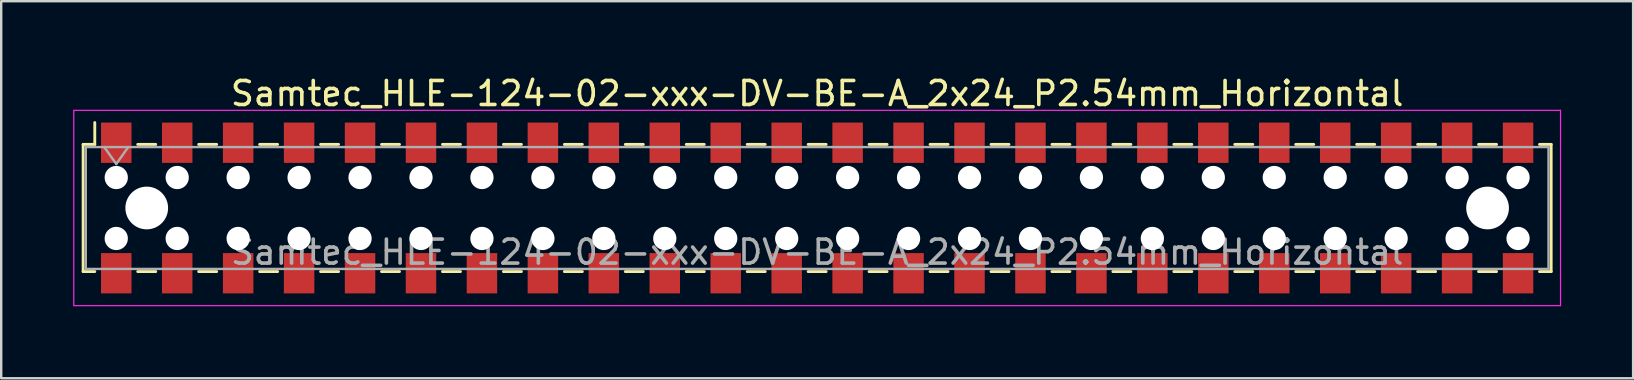
<source format=kicad_pcb>
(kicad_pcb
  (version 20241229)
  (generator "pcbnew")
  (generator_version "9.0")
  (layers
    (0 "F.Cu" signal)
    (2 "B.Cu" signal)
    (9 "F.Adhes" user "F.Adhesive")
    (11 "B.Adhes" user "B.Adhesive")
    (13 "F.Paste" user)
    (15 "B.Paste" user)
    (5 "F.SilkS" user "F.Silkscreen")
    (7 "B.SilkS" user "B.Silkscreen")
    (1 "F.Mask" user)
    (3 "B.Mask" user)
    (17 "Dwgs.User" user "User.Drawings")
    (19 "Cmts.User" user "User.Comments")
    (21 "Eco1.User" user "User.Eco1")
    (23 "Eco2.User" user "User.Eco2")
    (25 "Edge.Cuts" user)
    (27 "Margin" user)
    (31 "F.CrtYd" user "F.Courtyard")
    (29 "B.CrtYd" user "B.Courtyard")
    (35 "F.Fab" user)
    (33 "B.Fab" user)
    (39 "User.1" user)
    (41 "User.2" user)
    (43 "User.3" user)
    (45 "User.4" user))
  (footprint "Samtec_HLE-124-02-xxx-DV-BE-A_2x24_P2.54mm_Horizontal"
    (layer "F.Cu")
    (at 31.005 5.618)
    (property "Reference" "Samtec_HLE-124-02-xxx-DV-BE-A_2x24_P2.54mm_Horizontal" (at 0 -4.77 0) (layer "F.SilkS") (effects (font (size 1 1) (thickness 0.15))))
    (attr smd)
    (fp_line (start -30.59 -2.65) (end -30.59 2.65) (stroke (width 0.12) (type solid)) (layer "F.SilkS"))
    (fp_line (start -30.59 2.65) (end -30.105 2.65) (stroke (width 0.12) (type solid)) (layer "F.SilkS"))
    (fp_line (start -30.105 -3.56) (end -30.105 -2.65) (stroke (width 0.12) (type solid)) (layer "F.SilkS"))
    (fp_line (start -30.105 -2.65) (end -30.59 -2.65) (stroke (width 0.12) (type solid)) (layer "F.SilkS"))
    (fp_line (start -28.315 -2.65) (end -27.565 -2.65) (stroke (width 0.12) (type solid)) (layer "F.SilkS"))
    (fp_line (start -28.315 2.65) (end -27.565 2.65) (stroke (width 0.12) (type solid)) (layer "F.SilkS"))
    (fp_line (start -25.775 -2.65) (end -25.025 -2.65) (stroke (width 0.12) (type solid)) (layer "F.SilkS"))
    (fp_line (start -25.775 2.65) (end -25.025 2.65) (stroke (width 0.12) (type solid)) (layer "F.SilkS"))
    (fp_line (start -23.235 -2.65) (end -22.485 -2.65) (stroke (width 0.12) (type solid)) (layer "F.SilkS"))
    (fp_line (start -23.235 2.65) (end -22.485 2.65) (stroke (width 0.12) (type solid)) (layer "F.SilkS"))
    (fp_line (start -20.695 -2.65) (end -19.945 -2.65) (stroke (width 0.12) (type solid)) (layer "F.SilkS"))
    (fp_line (start -20.695 2.65) (end -19.945 2.65) (stroke (width 0.12) (type solid)) (layer "F.SilkS"))
    (fp_line (start -18.155 -2.65) (end -17.405 -2.65) (stroke (width 0.12) (type solid)) (layer "F.SilkS"))
    (fp_line (start -18.155 2.65) (end -17.405 2.65) (stroke (width 0.12) (type solid)) (layer "F.SilkS"))
    (fp_line (start -15.615 -2.65) (end -14.865 -2.65) (stroke (width 0.12) (type solid)) (layer "F.SilkS"))
    (fp_line (start -15.615 2.65) (end -14.865 2.65) (stroke (width 0.12) (type solid)) (layer "F.SilkS"))
    (fp_line (start -13.075 -2.65) (end -12.325 -2.65) (stroke (width 0.12) (type solid)) (layer "F.SilkS"))
    (fp_line (start -13.075 2.65) (end -12.325 2.65) (stroke (width 0.12) (type solid)) (layer "F.SilkS"))
    (fp_line (start -10.535 -2.65) (end -9.785 -2.65) (stroke (width 0.12) (type solid)) (layer "F.SilkS"))
    (fp_line (start -10.535 2.65) (end -9.785 2.65) (stroke (width 0.12) (type solid)) (layer "F.SilkS"))
    (fp_line (start -7.995 -2.65) (end -7.245 -2.65) (stroke (width 0.12) (type solid)) (layer "F.SilkS"))
    (fp_line (start -7.995 2.65) (end -7.245 2.65) (stroke (width 0.12) (type solid)) (layer "F.SilkS"))
    (fp_line (start -5.455 -2.65) (end -4.705 -2.65) (stroke (width 0.12) (type solid)) (layer "F.SilkS"))
    (fp_line (start -5.455 2.65) (end -4.705 2.65) (stroke (width 0.12) (type solid)) (layer "F.SilkS"))
    (fp_line (start -2.915 -2.65) (end -2.165 -2.65) (stroke (width 0.12) (type solid)) (layer "F.SilkS"))
    (fp_line (start -2.915 2.65) (end -2.165 2.65) (stroke (width 0.12) (type solid)) (layer "F.SilkS"))
    (fp_line (start -0.375 -2.65) (end 0.375 -2.65) (stroke (width 0.12) (type solid)) (layer "F.SilkS"))
    (fp_line (start -0.375 2.65) (end 0.375 2.65) (stroke (width 0.12) (type solid)) (layer "F.SilkS"))
    (fp_line (start 2.165 -2.65) (end 2.915 -2.65) (stroke (width 0.12) (type solid)) (layer "F.SilkS"))
    (fp_line (start 2.165 2.65) (end 2.915 2.65) (stroke (width 0.12) (type solid)) (layer "F.SilkS"))
    (fp_line (start 4.705 -2.65) (end 5.455 -2.65) (stroke (width 0.12) (type solid)) (layer "F.SilkS"))
    (fp_line (start 4.705 2.65) (end 5.455 2.65) (stroke (width 0.12) (type solid)) (layer "F.SilkS"))
    (fp_line (start 7.245 -2.65) (end 7.995 -2.65) (stroke (width 0.12) (type solid)) (layer "F.SilkS"))
    (fp_line (start 7.245 2.65) (end 7.995 2.65) (stroke (width 0.12) (type solid)) (layer "F.SilkS"))
    (fp_line (start 9.785 -2.65) (end 10.535 -2.65) (stroke (width 0.12) (type solid)) (layer "F.SilkS"))
    (fp_line (start 9.785 2.65) (end 10.535 2.65) (stroke (width 0.12) (type solid)) (layer "F.SilkS"))
    (fp_line (start 12.325 -2.65) (end 13.075 -2.65) (stroke (width 0.12) (type solid)) (layer "F.SilkS"))
    (fp_line (start 12.325 2.65) (end 13.075 2.65) (stroke (width 0.12) (type solid)) (layer "F.SilkS"))
    (fp_line (start 14.865 -2.65) (end 15.615 -2.65) (stroke (width 0.12) (type solid)) (layer "F.SilkS"))
    (fp_line (start 14.865 2.65) (end 15.615 2.65) (stroke (width 0.12) (type solid)) (layer "F.SilkS"))
    (fp_line (start 17.405 -2.65) (end 18.155 -2.65) (stroke (width 0.12) (type solid)) (layer "F.SilkS"))
    (fp_line (start 17.405 2.65) (end 18.155 2.65) (stroke (width 0.12) (type solid)) (layer "F.SilkS"))
    (fp_line (start 19.945 -2.65) (end 20.695 -2.65) (stroke (width 0.12) (type solid)) (layer "F.SilkS"))
    (fp_line (start 19.945 2.65) (end 20.695 2.65) (stroke (width 0.12) (type solid)) (layer "F.SilkS"))
    (fp_line (start 22.485 -2.65) (end 23.235 -2.65) (stroke (width 0.12) (type solid)) (layer "F.SilkS"))
    (fp_line (start 22.485 2.65) (end 23.235 2.65) (stroke (width 0.12) (type solid)) (layer "F.SilkS"))
    (fp_line (start 25.025 -2.65) (end 25.775 -2.65) (stroke (width 0.12) (type solid)) (layer "F.SilkS"))
    (fp_line (start 25.025 2.65) (end 25.775 2.65) (stroke (width 0.12) (type solid)) (layer "F.SilkS"))
    (fp_line (start 27.565 -2.65) (end 28.315 -2.65) (stroke (width 0.12) (type solid)) (layer "F.SilkS"))
    (fp_line (start 27.565 2.65) (end 28.315 2.65) (stroke (width 0.12) (type solid)) (layer "F.SilkS"))
    (fp_line (start 30.105 -2.65) (end 30.59 -2.65) (stroke (width 0.12) (type solid)) (layer "F.SilkS"))
    (fp_line (start 30.59 -2.65) (end 30.59 2.65) (stroke (width 0.12) (type solid)) (layer "F.SilkS"))
    (fp_line (start 30.59 2.65) (end 30.105 2.65) (stroke (width 0.12) (type solid)) (layer "F.SilkS"))
    (fp_line (start -30.98 -4.07) (end 30.98 -4.07) (stroke (width 0.05) (type solid)) (layer "F.CrtYd"))
    (fp_line (start -30.98 4.07) (end -30.98 -4.07) (stroke (width 0.05) (type solid)) (layer "F.CrtYd"))
    (fp_line (start 30.98 -4.07) (end 30.98 4.07) (stroke (width 0.05) (type solid)) (layer "F.CrtYd"))
    (fp_line (start 30.98 4.07) (end -30.98 4.07) (stroke (width 0.05) (type solid)) (layer "F.CrtYd"))
    (fp_line (start -30.48 -2.54) (end 30.48 -2.54) (stroke (width 0.1) (type solid)) (layer "F.Fab"))
    (fp_line (start -30.48 2.54) (end -30.48 -2.54) (stroke (width 0.1) (type solid)) (layer "F.Fab"))
    (fp_line (start -29.71 -2.54) (end -29.21 -1.833) (stroke (width 0.1) (type solid)) (layer "F.Fab"))
    (fp_line (start -29.21 -1.833) (end -28.71 -2.54) (stroke (width 0.1) (type solid)) (layer "F.Fab"))
    (fp_line (start 30.48 -2.54) (end 30.48 2.54) (stroke (width 0.1) (type solid)) (layer "F.Fab"))
    (fp_line (start 30.48 2.54) (end -30.48 2.54) (stroke (width 0.1) (type solid)) (layer "F.Fab"))
    (fp_text user "${REFERENCE}" (at 0 1.84 0) (layer "F.Fab") (effects (font (size 1 1) (thickness 0.15))))
    (pad "" np_thru_hole circle (at -29.21 -1.27) (size 0.97 0.97) (drill 0.97) (layers "*.Cu" "*.Mask"))
    (pad "" np_thru_hole circle (at -29.21 1.27) (size 0.97 0.97) (drill 0.97) (layers "*.Cu" "*.Mask"))
    (pad "" np_thru_hole circle (at -27.94 0) (size 1.78 1.78) (drill 1.78) (layers "*.Cu" "*.Mask"))
    (pad "" np_thru_hole circle (at -26.67 -1.27) (size 0.97 0.97) (drill 0.97) (layers "*.Cu" "*.Mask"))
    (pad "" np_thru_hole circle (at -26.67 1.27) (size 0.97 0.97) (drill 0.97) (layers "*.Cu" "*.Mask"))
    (pad "" np_thru_hole circle (at -24.13 -1.27) (size 0.97 0.97) (drill 0.97) (layers "*.Cu" "*.Mask"))
    (pad "" np_thru_hole circle (at -24.13 1.27) (size 0.97 0.97) (drill 0.97) (layers "*.Cu" "*.Mask"))
    (pad "" np_thru_hole circle (at -21.59 -1.27) (size 0.97 0.97) (drill 0.97) (layers "*.Cu" "*.Mask"))
    (pad "" np_thru_hole circle (at -21.59 1.27) (size 0.97 0.97) (drill 0.97) (layers "*.Cu" "*.Mask"))
    (pad "" np_thru_hole circle (at -19.05 -1.27) (size 0.97 0.97) (drill 0.97) (layers "*.Cu" "*.Mask"))
    (pad "" np_thru_hole circle (at -19.05 1.27) (size 0.97 0.97) (drill 0.97) (layers "*.Cu" "*.Mask"))
    (pad "" np_thru_hole circle (at -16.51 -1.27) (size 0.97 0.97) (drill 0.97) (layers "*.Cu" "*.Mask"))
    (pad "" np_thru_hole circle (at -16.51 1.27) (size 0.97 0.97) (drill 0.97) (layers "*.Cu" "*.Mask"))
    (pad "" np_thru_hole circle (at -13.97 -1.27) (size 0.97 0.97) (drill 0.97) (layers "*.Cu" "*.Mask"))
    (pad "" np_thru_hole circle (at -13.97 1.27) (size 0.97 0.97) (drill 0.97) (layers "*.Cu" "*.Mask"))
    (pad "" np_thru_hole circle (at -11.43 -1.27) (size 0.97 0.97) (drill 0.97) (layers "*.Cu" "*.Mask"))
    (pad "" np_thru_hole circle (at -11.43 1.27) (size 0.97 0.97) (drill 0.97) (layers "*.Cu" "*.Mask"))
    (pad "" np_thru_hole circle (at -8.89 -1.27) (size 0.97 0.97) (drill 0.97) (layers "*.Cu" "*.Mask"))
    (pad "" np_thru_hole circle (at -8.89 1.27) (size 0.97 0.97) (drill 0.97) (layers "*.Cu" "*.Mask"))
    (pad "" np_thru_hole circle (at -6.35 -1.27) (size 0.97 0.97) (drill 0.97) (layers "*.Cu" "*.Mask"))
    (pad "" np_thru_hole circle (at -6.35 1.27) (size 0.97 0.97) (drill 0.97) (layers "*.Cu" "*.Mask"))
    (pad "" np_thru_hole circle (at -3.81 -1.27) (size 0.97 0.97) (drill 0.97) (layers "*.Cu" "*.Mask"))
    (pad "" np_thru_hole circle (at -3.81 1.27) (size 0.97 0.97) (drill 0.97) (layers "*.Cu" "*.Mask"))
    (pad "" np_thru_hole circle (at -1.27 -1.27) (size 0.97 0.97) (drill 0.97) (layers "*.Cu" "*.Mask"))
    (pad "" np_thru_hole circle (at -1.27 1.27) (size 0.97 0.97) (drill 0.97) (layers "*.Cu" "*.Mask"))
    (pad "" np_thru_hole circle (at 1.27 -1.27) (size 0.97 0.97) (drill 0.97) (layers "*.Cu" "*.Mask"))
    (pad "" np_thru_hole circle (at 1.27 1.27) (size 0.97 0.97) (drill 0.97) (layers "*.Cu" "*.Mask"))
    (pad "" np_thru_hole circle (at 3.81 -1.27) (size 0.97 0.97) (drill 0.97) (layers "*.Cu" "*.Mask"))
    (pad "" np_thru_hole circle (at 3.81 1.27) (size 0.97 0.97) (drill 0.97) (layers "*.Cu" "*.Mask"))
    (pad "" np_thru_hole circle (at 6.35 -1.27) (size 0.97 0.97) (drill 0.97) (layers "*.Cu" "*.Mask"))
    (pad "" np_thru_hole circle (at 6.35 1.27) (size 0.97 0.97) (drill 0.97) (layers "*.Cu" "*.Mask"))
    (pad "" np_thru_hole circle (at 8.89 -1.27) (size 0.97 0.97) (drill 0.97) (layers "*.Cu" "*.Mask"))
    (pad "" np_thru_hole circle (at 8.89 1.27) (size 0.97 0.97) (drill 0.97) (layers "*.Cu" "*.Mask"))
    (pad "" np_thru_hole circle (at 11.43 -1.27) (size 0.97 0.97) (drill 0.97) (layers "*.Cu" "*.Mask"))
    (pad "" np_thru_hole circle (at 11.43 1.27) (size 0.97 0.97) (drill 0.97) (layers "*.Cu" "*.Mask"))
    (pad "" np_thru_hole circle (at 13.97 -1.27) (size 0.97 0.97) (drill 0.97) (layers "*.Cu" "*.Mask"))
    (pad "" np_thru_hole circle (at 13.97 1.27) (size 0.97 0.97) (drill 0.97) (layers "*.Cu" "*.Mask"))
    (pad "" np_thru_hole circle (at 16.51 -1.27) (size 0.97 0.97) (drill 0.97) (layers "*.Cu" "*.Mask"))
    (pad "" np_thru_hole circle (at 16.51 1.27) (size 0.97 0.97) (drill 0.97) (layers "*.Cu" "*.Mask"))
    (pad "" np_thru_hole circle (at 19.05 -1.27) (size 0.97 0.97) (drill 0.97) (layers "*.Cu" "*.Mask"))
    (pad "" np_thru_hole circle (at 19.05 1.27) (size 0.97 0.97) (drill 0.97) (layers "*.Cu" "*.Mask"))
    (pad "" np_thru_hole circle (at 21.59 -1.27) (size 0.97 0.97) (drill 0.97) (layers "*.Cu" "*.Mask"))
    (pad "" np_thru_hole circle (at 21.59 1.27) (size 0.97 0.97) (drill 0.97) (layers "*.Cu" "*.Mask"))
    (pad "" np_thru_hole circle (at 24.13 -1.27) (size 0.97 0.97) (drill 0.97) (layers "*.Cu" "*.Mask"))
    (pad "" np_thru_hole circle (at 24.13 1.27) (size 0.97 0.97) (drill 0.97) (layers "*.Cu" "*.Mask"))
    (pad "" np_thru_hole circle (at 26.67 -1.27) (size 0.97 0.97) (drill 0.97) (layers "*.Cu" "*.Mask"))
    (pad "" np_thru_hole circle (at 26.67 1.27) (size 0.97 0.97) (drill 0.97) (layers "*.Cu" "*.Mask"))
    (pad "" np_thru_hole circle (at 27.94 0) (size 1.78 1.78) (drill 1.78) (layers "*.Cu" "*.Mask"))
    (pad "" np_thru_hole circle (at 29.21 -1.27) (size 0.97 0.97) (drill 0.97) (layers "*.Cu" "*.Mask"))
    (pad "" np_thru_hole circle (at 29.21 1.27) (size 0.97 0.97) (drill 0.97) (layers "*.Cu" "*.Mask"))
    (pad "1" smd rect (at -29.21 -2.72) (size 1.27 1.68) (layers "F.Cu" "F.Mask" "F.Paste"))
    (pad "2" smd rect (at -29.21 2.72) (size 1.27 1.68) (layers "F.Cu" "F.Mask" "F.Paste"))
    (pad "3" smd rect (at -26.67 -2.72) (size 1.27 1.68) (layers "F.Cu" "F.Mask" "F.Paste"))
    (pad "4" smd rect (at -26.67 2.72) (size 1.27 1.68) (layers "F.Cu" "F.Mask" "F.Paste"))
    (pad "5" smd rect (at -24.13 -2.72) (size 1.27 1.68) (layers "F.Cu" "F.Mask" "F.Paste"))
    (pad "6" smd rect (at -24.13 2.72) (size 1.27 1.68) (layers "F.Cu" "F.Mask" "F.Paste"))
    (pad "7" smd rect (at -21.59 -2.72) (size 1.27 1.68) (layers "F.Cu" "F.Mask" "F.Paste"))
    (pad "8" smd rect (at -21.59 2.72) (size 1.27 1.68) (layers "F.Cu" "F.Mask" "F.Paste"))
    (pad "9" smd rect (at -19.05 -2.72) (size 1.27 1.68) (layers "F.Cu" "F.Mask" "F.Paste"))
    (pad "10" smd rect (at -19.05 2.72) (size 1.27 1.68) (layers "F.Cu" "F.Mask" "F.Paste"))
    (pad "11" smd rect (at -16.51 -2.72) (size 1.27 1.68) (layers "F.Cu" "F.Mask" "F.Paste"))
    (pad "12" smd rect (at -16.51 2.72) (size 1.27 1.68) (layers "F.Cu" "F.Mask" "F.Paste"))
    (pad "13" smd rect (at -13.97 -2.72) (size 1.27 1.68) (layers "F.Cu" "F.Mask" "F.Paste"))
    (pad "14" smd rect (at -13.97 2.72) (size 1.27 1.68) (layers "F.Cu" "F.Mask" "F.Paste"))
    (pad "15" smd rect (at -11.43 -2.72) (size 1.27 1.68) (layers "F.Cu" "F.Mask" "F.Paste"))
    (pad "16" smd rect (at -11.43 2.72) (size 1.27 1.68) (layers "F.Cu" "F.Mask" "F.Paste"))
    (pad "17" smd rect (at -8.89 -2.72) (size 1.27 1.68) (layers "F.Cu" "F.Mask" "F.Paste"))
    (pad "18" smd rect (at -8.89 2.72) (size 1.27 1.68) (layers "F.Cu" "F.Mask" "F.Paste"))
    (pad "19" smd rect (at -6.35 -2.72) (size 1.27 1.68) (layers "F.Cu" "F.Mask" "F.Paste"))
    (pad "20" smd rect (at -6.35 2.72) (size 1.27 1.68) (layers "F.Cu" "F.Mask" "F.Paste"))
    (pad "21" smd rect (at -3.81 -2.72) (size 1.27 1.68) (layers "F.Cu" "F.Mask" "F.Paste"))
    (pad "22" smd rect (at -3.81 2.72) (size 1.27 1.68) (layers "F.Cu" "F.Mask" "F.Paste"))
    (pad "23" smd rect (at -1.27 -2.72) (size 1.27 1.68) (layers "F.Cu" "F.Mask" "F.Paste"))
    (pad "24" smd rect (at -1.27 2.72) (size 1.27 1.68) (layers "F.Cu" "F.Mask" "F.Paste"))
    (pad "25" smd rect (at 1.27 -2.72) (size 1.27 1.68) (layers "F.Cu" "F.Mask" "F.Paste"))
    (pad "26" smd rect (at 1.27 2.72) (size 1.27 1.68) (layers "F.Cu" "F.Mask" "F.Paste"))
    (pad "27" smd rect (at 3.81 -2.72) (size 1.27 1.68) (layers "F.Cu" "F.Mask" "F.Paste"))
    (pad "28" smd rect (at 3.81 2.72) (size 1.27 1.68) (layers "F.Cu" "F.Mask" "F.Paste"))
    (pad "29" smd rect (at 6.35 -2.72) (size 1.27 1.68) (layers "F.Cu" "F.Mask" "F.Paste"))
    (pad "30" smd rect (at 6.35 2.72) (size 1.27 1.68) (layers "F.Cu" "F.Mask" "F.Paste"))
    (pad "31" smd rect (at 8.89 -2.72) (size 1.27 1.68) (layers "F.Cu" "F.Mask" "F.Paste"))
    (pad "32" smd rect (at 8.89 2.72) (size 1.27 1.68) (layers "F.Cu" "F.Mask" "F.Paste"))
    (pad "33" smd rect (at 11.43 -2.72) (size 1.27 1.68) (layers "F.Cu" "F.Mask" "F.Paste"))
    (pad "34" smd rect (at 11.43 2.72) (size 1.27 1.68) (layers "F.Cu" "F.Mask" "F.Paste"))
    (pad "35" smd rect (at 13.97 -2.72) (size 1.27 1.68) (layers "F.Cu" "F.Mask" "F.Paste"))
    (pad "36" smd rect (at 13.97 2.72) (size 1.27 1.68) (layers "F.Cu" "F.Mask" "F.Paste"))
    (pad "37" smd rect (at 16.51 -2.72) (size 1.27 1.68) (layers "F.Cu" "F.Mask" "F.Paste"))
    (pad "38" smd rect (at 16.51 2.72) (size 1.27 1.68) (layers "F.Cu" "F.Mask" "F.Paste"))
    (pad "39" smd rect (at 19.05 -2.72) (size 1.27 1.68) (layers "F.Cu" "F.Mask" "F.Paste"))
    (pad "40" smd rect (at 19.05 2.72) (size 1.27 1.68) (layers "F.Cu" "F.Mask" "F.Paste"))
    (pad "41" smd rect (at 21.59 -2.72) (size 1.27 1.68) (layers "F.Cu" "F.Mask" "F.Paste"))
    (pad "42" smd rect (at 21.59 2.72) (size 1.27 1.68) (layers "F.Cu" "F.Mask" "F.Paste"))
    (pad "43" smd rect (at 24.13 -2.72) (size 1.27 1.68) (layers "F.Cu" "F.Mask" "F.Paste"))
    (pad "44" smd rect (at 24.13 2.72) (size 1.27 1.68) (layers "F.Cu" "F.Mask" "F.Paste"))
    (pad "45" smd rect (at 26.67 -2.72) (size 1.27 1.68) (layers "F.Cu" "F.Mask" "F.Paste"))
    (pad "46" smd rect (at 26.67 2.72) (size 1.27 1.68) (layers "F.Cu" "F.Mask" "F.Paste"))
    (pad "47" smd rect (at 29.21 -2.72) (size 1.27 1.68) (layers "F.Cu" "F.Mask" "F.Paste"))
    (pad "48" smd rect (at 29.21 2.72) (size 1.27 1.68) (layers "F.Cu" "F.Mask" "F.Paste")))
  (gr_rect
    (start -3 -3)
    (end 65.01 12.713)
    (stroke (width 0.1) (type default))
    (fill no)
    (layer "Edge.Cuts")))
</source>
